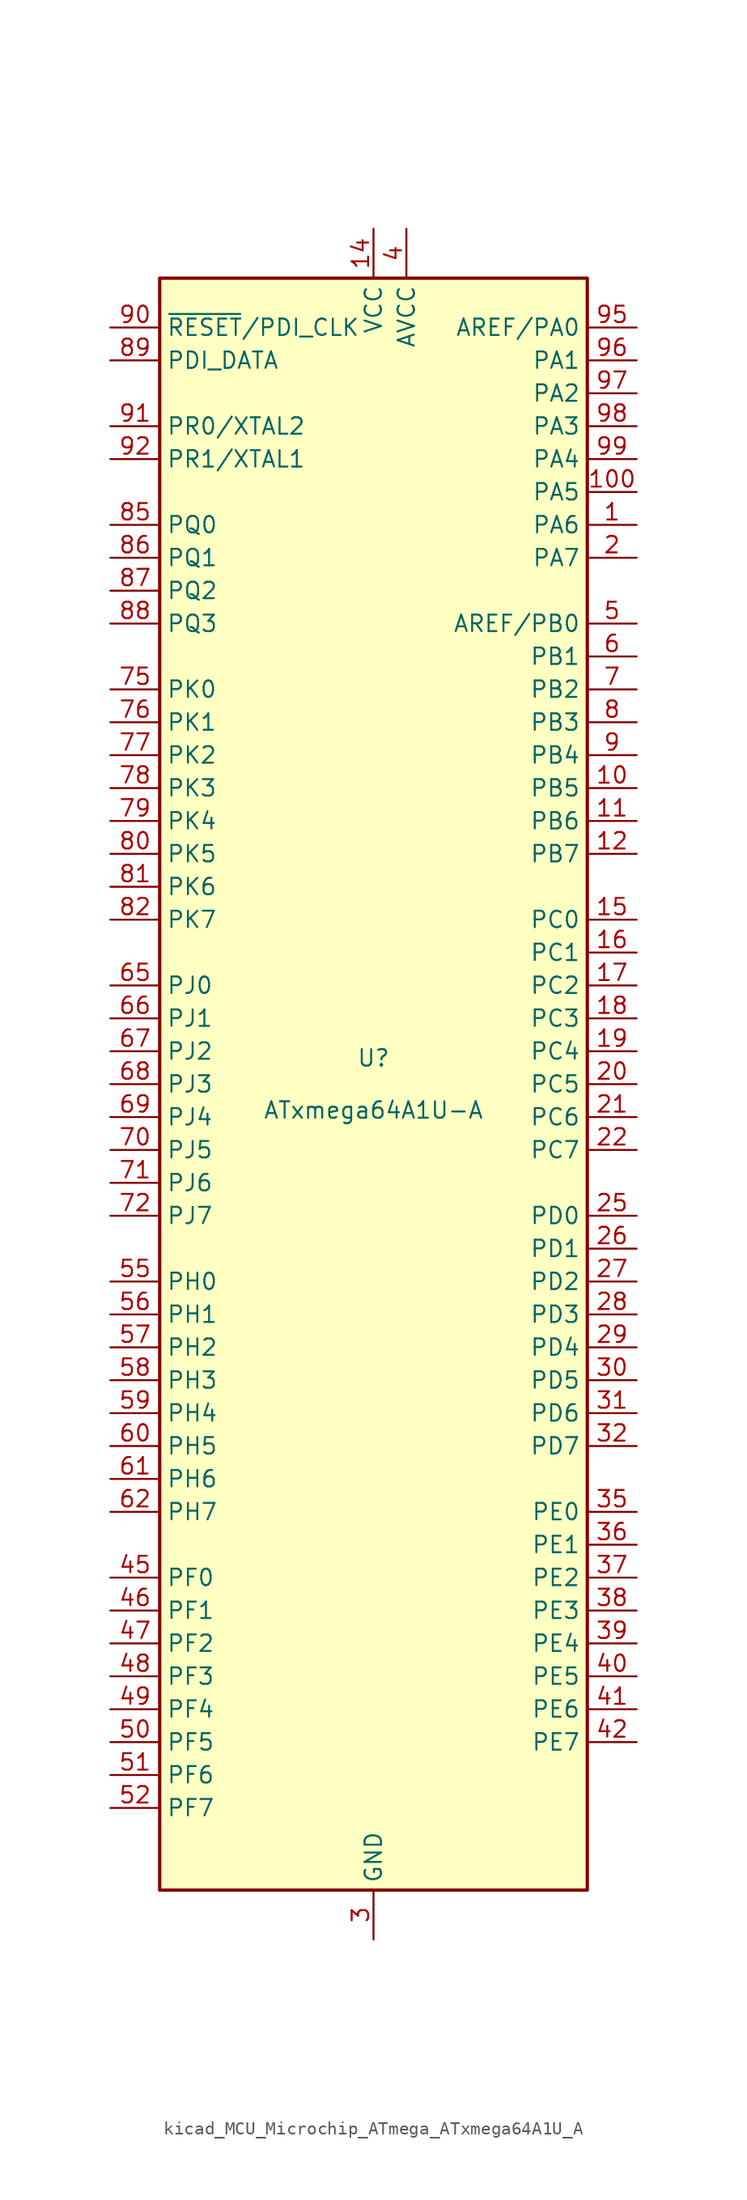
<source format=kicad_sym>
(kicad_symbol_lib
  (version 20220914)
  (generator kicad_symbol_editor)
  (symbol "kicad_MCU_Microchip_ATmega_ATxmega64A1U_A"
    (property "Reference" "U"
      (at 0 1.27 0)
      (effects (font (size 1.27 1.27)) (justify bottom)))
    (property "Value" "ATxmega64A1U-A"
      (at 0 -1.27 0)
      (effects (font (size 1.27 1.27)) (justify top)))
    (symbol "kicad_MCU_Microchip_ATmega_ATxmega64A1U_A_0_1"
      (rectangle (start -16.51 -62.23) (end 16.51 62.23) (stroke (width 0.254) (type default)) (fill (type background))))
    (symbol "kicad_MCU_Microchip_ATmega_ATxmega64A1U_A_1_1"
      (pin bidirectional line (at 20.32 43.18 180) (length 3.81) (name "PA6" (effects (font (size 1.27 1.27)))) (number "1" (effects (font (size 1.27 1.27)))))
      (pin bidirectional line (at 20.32 22.86 180) (length 3.81) (name "PB5" (effects (font (size 1.27 1.27)))) (number "10" (effects (font (size 1.27 1.27)))))
      (pin bidirectional line (at 20.32 45.72 180) (length 3.81) (name "PA5" (effects (font (size 1.27 1.27)))) (number "100" (effects (font (size 1.27 1.27)))))
      (pin bidirectional line (at 20.32 20.32 180) (length 3.81) (name "PB6" (effects (font (size 1.27 1.27)))) (number "11" (effects (font (size 1.27 1.27)))))
      (pin bidirectional line (at 20.32 17.78 180) (length 3.81) (name "PB7" (effects (font (size 1.27 1.27)))) (number "12" (effects (font (size 1.27 1.27)))))
      (pin passive line (at 0 -66.04 90) (length 3.81) hide (name "GND" (effects (font (size 1.27 1.27)))) (number "13" (effects (font (size 1.27 1.27)))))
      (pin power_in line (at 0 66.04 270) (length 3.81) (name "VCC" (effects (font (size 1.27 1.27)))) (number "14" (effects (font (size 1.27 1.27)))))
      (pin bidirectional line (at 20.32 12.7 180) (length 3.81) (name "PC0" (effects (font (size 1.27 1.27)))) (number "15" (effects (font (size 1.27 1.27)))))
      (pin bidirectional line (at 20.32 10.16 180) (length 3.81) (name "PC1" (effects (font (size 1.27 1.27)))) (number "16" (effects (font (size 1.27 1.27)))))
      (pin bidirectional line (at 20.32 7.62 180) (length 3.81) (name "PC2" (effects (font (size 1.27 1.27)))) (number "17" (effects (font (size 1.27 1.27)))))
      (pin bidirectional line (at 20.32 5.08 180) (length 3.81) (name "PC3" (effects (font (size 1.27 1.27)))) (number "18" (effects (font (size 1.27 1.27)))))
      (pin bidirectional line (at 20.32 2.54 180) (length 3.81) (name "PC4" (effects (font (size 1.27 1.27)))) (number "19" (effects (font (size 1.27 1.27)))))
      (pin bidirectional line (at 20.32 40.64 180) (length 3.81) (name "PA7" (effects (font (size 1.27 1.27)))) (number "2" (effects (font (size 1.27 1.27)))))
      (pin bidirectional line (at 20.32 0 180) (length 3.81) (name "PC5" (effects (font (size 1.27 1.27)))) (number "20" (effects (font (size 1.27 1.27)))))
      (pin bidirectional line (at 20.32 -2.54 180) (length 3.81) (name "PC6" (effects (font (size 1.27 1.27)))) (number "21" (effects (font (size 1.27 1.27)))))
      (pin bidirectional line (at 20.32 -5.08 180) (length 3.81) (name "PC7" (effects (font (size 1.27 1.27)))) (number "22" (effects (font (size 1.27 1.27)))))
      (pin passive line (at 0 -66.04 90) (length 3.81) hide (name "GND" (effects (font (size 1.27 1.27)))) (number "23" (effects (font (size 1.27 1.27)))))
      (pin passive line (at 0 66.04 270) (length 3.81) hide (name "VCC" (effects (font (size 1.27 1.27)))) (number "24" (effects (font (size 1.27 1.27)))))
      (pin bidirectional line (at 20.32 -10.16 180) (length 3.81) (name "PD0" (effects (font (size 1.27 1.27)))) (number "25" (effects (font (size 1.27 1.27)))))
      (pin bidirectional line (at 20.32 -12.7 180) (length 3.81) (name "PD1" (effects (font (size 1.27 1.27)))) (number "26" (effects (font (size 1.27 1.27)))))
      (pin bidirectional line (at 20.32 -15.24 180) (length 3.81) (name "PD2" (effects (font (size 1.27 1.27)))) (number "27" (effects (font (size 1.27 1.27)))))
      (pin bidirectional line (at 20.32 -17.78 180) (length 3.81) (name "PD3" (effects (font (size 1.27 1.27)))) (number "28" (effects (font (size 1.27 1.27)))))
      (pin bidirectional line (at 20.32 -20.32 180) (length 3.81) (name "PD4" (effects (font (size 1.27 1.27)))) (number "29" (effects (font (size 1.27 1.27)))))
      (pin power_in line (at 0 -66.04 90) (length 3.81) (name "GND" (effects (font (size 1.27 1.27)))) (number "3" (effects (font (size 1.27 1.27)))))
      (pin bidirectional line (at 20.32 -22.86 180) (length 3.81) (name "PD5" (effects (font (size 1.27 1.27)))) (number "30" (effects (font (size 1.27 1.27)))))
      (pin bidirectional line (at 20.32 -25.4 180) (length 3.81) (name "PD6" (effects (font (size 1.27 1.27)))) (number "31" (effects (font (size 1.27 1.27)))))
      (pin bidirectional line (at 20.32 -27.94 180) (length 3.81) (name "PD7" (effects (font (size 1.27 1.27)))) (number "32" (effects (font (size 1.27 1.27)))))
      (pin passive line (at 0 -66.04 90) (length 3.81) hide (name "GND" (effects (font (size 1.27 1.27)))) (number "33" (effects (font (size 1.27 1.27)))))
      (pin passive line (at 0 66.04 270) (length 3.81) hide (name "VCC" (effects (font (size 1.27 1.27)))) (number "34" (effects (font (size 1.27 1.27)))))
      (pin bidirectional line (at 20.32 -33.02 180) (length 3.81) (name "PE0" (effects (font (size 1.27 1.27)))) (number "35" (effects (font (size 1.27 1.27)))))
      (pin bidirectional line (at 20.32 -35.56 180) (length 3.81) (name "PE1" (effects (font (size 1.27 1.27)))) (number "36" (effects (font (size 1.27 1.27)))))
      (pin bidirectional line (at 20.32 -38.1 180) (length 3.81) (name "PE2" (effects (font (size 1.27 1.27)))) (number "37" (effects (font (size 1.27 1.27)))))
      (pin bidirectional line (at 20.32 -40.64 180) (length 3.81) (name "PE3" (effects (font (size 1.27 1.27)))) (number "38" (effects (font (size 1.27 1.27)))))
      (pin bidirectional line (at 20.32 -43.18 180) (length 3.81) (name "PE4" (effects (font (size 1.27 1.27)))) (number "39" (effects (font (size 1.27 1.27)))))
      (pin power_in line (at 2.54 66.04 270) (length 3.81) (name "AVCC" (effects (font (size 1.27 1.27)))) (number "4" (effects (font (size 1.27 1.27)))))
      (pin bidirectional line (at 20.32 -45.72 180) (length 3.81) (name "PE5" (effects (font (size 1.27 1.27)))) (number "40" (effects (font (size 1.27 1.27)))))
      (pin bidirectional line (at 20.32 -48.26 180) (length 3.81) (name "PE6" (effects (font (size 1.27 1.27)))) (number "41" (effects (font (size 1.27 1.27)))))
      (pin bidirectional line (at 20.32 -50.8 180) (length 3.81) (name "PE7" (effects (font (size 1.27 1.27)))) (number "42" (effects (font (size 1.27 1.27)))))
      (pin passive line (at 0 -66.04 90) (length 3.81) hide (name "GND" (effects (font (size 1.27 1.27)))) (number "43" (effects (font (size 1.27 1.27)))))
      (pin passive line (at 0 66.04 270) (length 3.81) hide (name "VCC" (effects (font (size 1.27 1.27)))) (number "44" (effects (font (size 1.27 1.27)))))
      (pin bidirectional line (at -20.32 -38.1 0) (length 3.81) (name "PF0" (effects (font (size 1.27 1.27)))) (number "45" (effects (font (size 1.27 1.27)))))
      (pin bidirectional line (at -20.32 -40.64 0) (length 3.81) (name "PF1" (effects (font (size 1.27 1.27)))) (number "46" (effects (font (size 1.27 1.27)))))
      (pin bidirectional line (at -20.32 -43.18 0) (length 3.81) (name "PF2" (effects (font (size 1.27 1.27)))) (number "47" (effects (font (size 1.27 1.27)))))
      (pin bidirectional line (at -20.32 -45.72 0) (length 3.81) (name "PF3" (effects (font (size 1.27 1.27)))) (number "48" (effects (font (size 1.27 1.27)))))
      (pin bidirectional line (at -20.32 -48.26 0) (length 3.81) (name "PF4" (effects (font (size 1.27 1.27)))) (number "49" (effects (font (size 1.27 1.27)))))
      (pin bidirectional line (at 20.32 35.56 180) (length 3.81) (name "AREF/PB0" (effects (font (size 1.27 1.27)))) (number "5" (effects (font (size 1.27 1.27)))))
      (pin bidirectional line (at -20.32 -50.8 0) (length 3.81) (name "PF5" (effects (font (size 1.27 1.27)))) (number "50" (effects (font (size 1.27 1.27)))))
      (pin bidirectional line (at -20.32 -53.34 0) (length 3.81) (name "PF6" (effects (font (size 1.27 1.27)))) (number "51" (effects (font (size 1.27 1.27)))))
      (pin bidirectional line (at -20.32 -55.88 0) (length 3.81) (name "PF7" (effects (font (size 1.27 1.27)))) (number "52" (effects (font (size 1.27 1.27)))))
      (pin passive line (at 0 -66.04 90) (length 3.81) hide (name "GND" (effects (font (size 1.27 1.27)))) (number "53" (effects (font (size 1.27 1.27)))))
      (pin passive line (at 0 66.04 270) (length 3.81) hide (name "VCC" (effects (font (size 1.27 1.27)))) (number "54" (effects (font (size 1.27 1.27)))))
      (pin bidirectional line (at -20.32 -15.24 0) (length 3.81) (name "PH0" (effects (font (size 1.27 1.27)))) (number "55" (effects (font (size 1.27 1.27)))))
      (pin bidirectional line (at -20.32 -17.78 0) (length 3.81) (name "PH1" (effects (font (size 1.27 1.27)))) (number "56" (effects (font (size 1.27 1.27)))))
      (pin bidirectional line (at -20.32 -20.32 0) (length 3.81) (name "PH2" (effects (font (size 1.27 1.27)))) (number "57" (effects (font (size 1.27 1.27)))))
      (pin bidirectional line (at -20.32 -22.86 0) (length 3.81) (name "PH3" (effects (font (size 1.27 1.27)))) (number "58" (effects (font (size 1.27 1.27)))))
      (pin bidirectional line (at -20.32 -25.4 0) (length 3.81) (name "PH4" (effects (font (size 1.27 1.27)))) (number "59" (effects (font (size 1.27 1.27)))))
      (pin bidirectional line (at 20.32 33.02 180) (length 3.81) (name "PB1" (effects (font (size 1.27 1.27)))) (number "6" (effects (font (size 1.27 1.27)))))
      (pin bidirectional line (at -20.32 -27.94 0) (length 3.81) (name "PH5" (effects (font (size 1.27 1.27)))) (number "60" (effects (font (size 1.27 1.27)))))
      (pin bidirectional line (at -20.32 -30.48 0) (length 3.81) (name "PH6" (effects (font (size 1.27 1.27)))) (number "61" (effects (font (size 1.27 1.27)))))
      (pin bidirectional line (at -20.32 -33.02 0) (length 3.81) (name "PH7" (effects (font (size 1.27 1.27)))) (number "62" (effects (font (size 1.27 1.27)))))
      (pin passive line (at 0 -66.04 90) (length 3.81) hide (name "GND" (effects (font (size 1.27 1.27)))) (number "63" (effects (font (size 1.27 1.27)))))
      (pin passive line (at 0 66.04 270) (length 3.81) hide (name "VCC" (effects (font (size 1.27 1.27)))) (number "64" (effects (font (size 1.27 1.27)))))
      (pin bidirectional line (at -20.32 7.62 0) (length 3.81) (name "PJ0" (effects (font (size 1.27 1.27)))) (number "65" (effects (font (size 1.27 1.27)))))
      (pin bidirectional line (at -20.32 5.08 0) (length 3.81) (name "PJ1" (effects (font (size 1.27 1.27)))) (number "66" (effects (font (size 1.27 1.27)))))
      (pin bidirectional line (at -20.32 2.54 0) (length 3.81) (name "PJ2" (effects (font (size 1.27 1.27)))) (number "67" (effects (font (size 1.27 1.27)))))
      (pin bidirectional line (at -20.32 0 0) (length 3.81) (name "PJ3" (effects (font (size 1.27 1.27)))) (number "68" (effects (font (size 1.27 1.27)))))
      (pin bidirectional line (at -20.32 -2.54 0) (length 3.81) (name "PJ4" (effects (font (size 1.27 1.27)))) (number "69" (effects (font (size 1.27 1.27)))))
      (pin bidirectional line (at 20.32 30.48 180) (length 3.81) (name "PB2" (effects (font (size 1.27 1.27)))) (number "7" (effects (font (size 1.27 1.27)))))
      (pin bidirectional line (at -20.32 -5.08 0) (length 3.81) (name "PJ5" (effects (font (size 1.27 1.27)))) (number "70" (effects (font (size 1.27 1.27)))))
      (pin bidirectional line (at -20.32 -7.62 0) (length 3.81) (name "PJ6" (effects (font (size 1.27 1.27)))) (number "71" (effects (font (size 1.27 1.27)))))
      (pin bidirectional line (at -20.32 -10.16 0) (length 3.81) (name "PJ7" (effects (font (size 1.27 1.27)))) (number "72" (effects (font (size 1.27 1.27)))))
      (pin passive line (at 0 -66.04 90) (length 3.81) hide (name "GND" (effects (font (size 1.27 1.27)))) (number "73" (effects (font (size 1.27 1.27)))))
      (pin passive line (at 0 66.04 270) (length 3.81) hide (name "VCC" (effects (font (size 1.27 1.27)))) (number "74" (effects (font (size 1.27 1.27)))))
      (pin bidirectional line (at -20.32 30.48 0) (length 3.81) (name "PK0" (effects (font (size 1.27 1.27)))) (number "75" (effects (font (size 1.27 1.27)))))
      (pin bidirectional line (at -20.32 27.94 0) (length 3.81) (name "PK1" (effects (font (size 1.27 1.27)))) (number "76" (effects (font (size 1.27 1.27)))))
      (pin bidirectional line (at -20.32 25.4 0) (length 3.81) (name "PK2" (effects (font (size 1.27 1.27)))) (number "77" (effects (font (size 1.27 1.27)))))
      (pin bidirectional line (at -20.32 22.86 0) (length 3.81) (name "PK3" (effects (font (size 1.27 1.27)))) (number "78" (effects (font (size 1.27 1.27)))))
      (pin bidirectional line (at -20.32 20.32 0) (length 3.81) (name "PK4" (effects (font (size 1.27 1.27)))) (number "79" (effects (font (size 1.27 1.27)))))
      (pin bidirectional line (at 20.32 27.94 180) (length 3.81) (name "PB3" (effects (font (size 1.27 1.27)))) (number "8" (effects (font (size 1.27 1.27)))))
      (pin bidirectional line (at -20.32 17.78 0) (length 3.81) (name "PK5" (effects (font (size 1.27 1.27)))) (number "80" (effects (font (size 1.27 1.27)))))
      (pin bidirectional line (at -20.32 15.24 0) (length 3.81) (name "PK6" (effects (font (size 1.27 1.27)))) (number "81" (effects (font (size 1.27 1.27)))))
      (pin bidirectional line (at -20.32 12.7 0) (length 3.81) (name "PK7" (effects (font (size 1.27 1.27)))) (number "82" (effects (font (size 1.27 1.27)))))
      (pin passive line (at 0 66.04 270) (length 3.81) hide (name "VCC" (effects (font (size 1.27 1.27)))) (number "83" (effects (font (size 1.27 1.27)))))
      (pin passive line (at 0 -66.04 90) (length 3.81) hide (name "GND" (effects (font (size 1.27 1.27)))) (number "84" (effects (font (size 1.27 1.27)))))
      (pin bidirectional line (at -20.32 43.18 0) (length 3.81) (name "PQ0" (effects (font (size 1.27 1.27)))) (number "85" (effects (font (size 1.27 1.27)))))
      (pin bidirectional line (at -20.32 40.64 0) (length 3.81) (name "PQ1" (effects (font (size 1.27 1.27)))) (number "86" (effects (font (size 1.27 1.27)))))
      (pin bidirectional line (at -20.32 38.1 0) (length 3.81) (name "PQ2" (effects (font (size 1.27 1.27)))) (number "87" (effects (font (size 1.27 1.27)))))
      (pin bidirectional line (at -20.32 35.56 0) (length 3.81) (name "PQ3" (effects (font (size 1.27 1.27)))) (number "88" (effects (font (size 1.27 1.27)))))
      (pin bidirectional line (at -20.32 55.88 0) (length 3.81) (name "PDI_DATA" (effects (font (size 1.27 1.27)))) (number "89" (effects (font (size 1.27 1.27)))))
      (pin bidirectional line (at 20.32 25.4 180) (length 3.81) (name "PB4" (effects (font (size 1.27 1.27)))) (number "9" (effects (font (size 1.27 1.27)))))
      (pin input line (at -20.32 58.42 0) (length 3.81) (name "~{RESET}/PDI_CLK" (effects (font (size 1.27 1.27)))) (number "90" (effects (font (size 1.27 1.27)))))
      (pin bidirectional line (at -20.32 50.8 0) (length 3.81) (name "PR0/XTAL2" (effects (font (size 1.27 1.27)))) (number "91" (effects (font (size 1.27 1.27)))))
      (pin bidirectional line (at -20.32 48.26 0) (length 3.81) (name "PR1/XTAL1" (effects (font (size 1.27 1.27)))) (number "92" (effects (font (size 1.27 1.27)))))
      (pin passive line (at 0 -66.04 90) (length 3.81) hide (name "GND" (effects (font (size 1.27 1.27)))) (number "93" (effects (font (size 1.27 1.27)))))
      (pin passive line (at 2.54 66.04 270) (length 3.81) hide (name "AVCC" (effects (font (size 1.27 1.27)))) (number "94" (effects (font (size 1.27 1.27)))))
      (pin bidirectional line (at 20.32 58.42 180) (length 3.81) (name "AREF/PA0" (effects (font (size 1.27 1.27)))) (number "95" (effects (font (size 1.27 1.27)))))
      (pin bidirectional line (at 20.32 55.88 180) (length 3.81) (name "PA1" (effects (font (size 1.27 1.27)))) (number "96" (effects (font (size 1.27 1.27)))))
      (pin bidirectional line (at 20.32 53.34 180) (length 3.81) (name "PA2" (effects (font (size 1.27 1.27)))) (number "97" (effects (font (size 1.27 1.27)))))
      (pin bidirectional line (at 20.32 50.8 180) (length 3.81) (name "PA3" (effects (font (size 1.27 1.27)))) (number "98" (effects (font (size 1.27 1.27)))))
      (pin bidirectional line (at 20.32 48.26 180) (length 3.81) (name "PA4" (effects (font (size 1.27 1.27)))) (number "99" (effects (font (size 1.27 1.27))))))))
</source>
